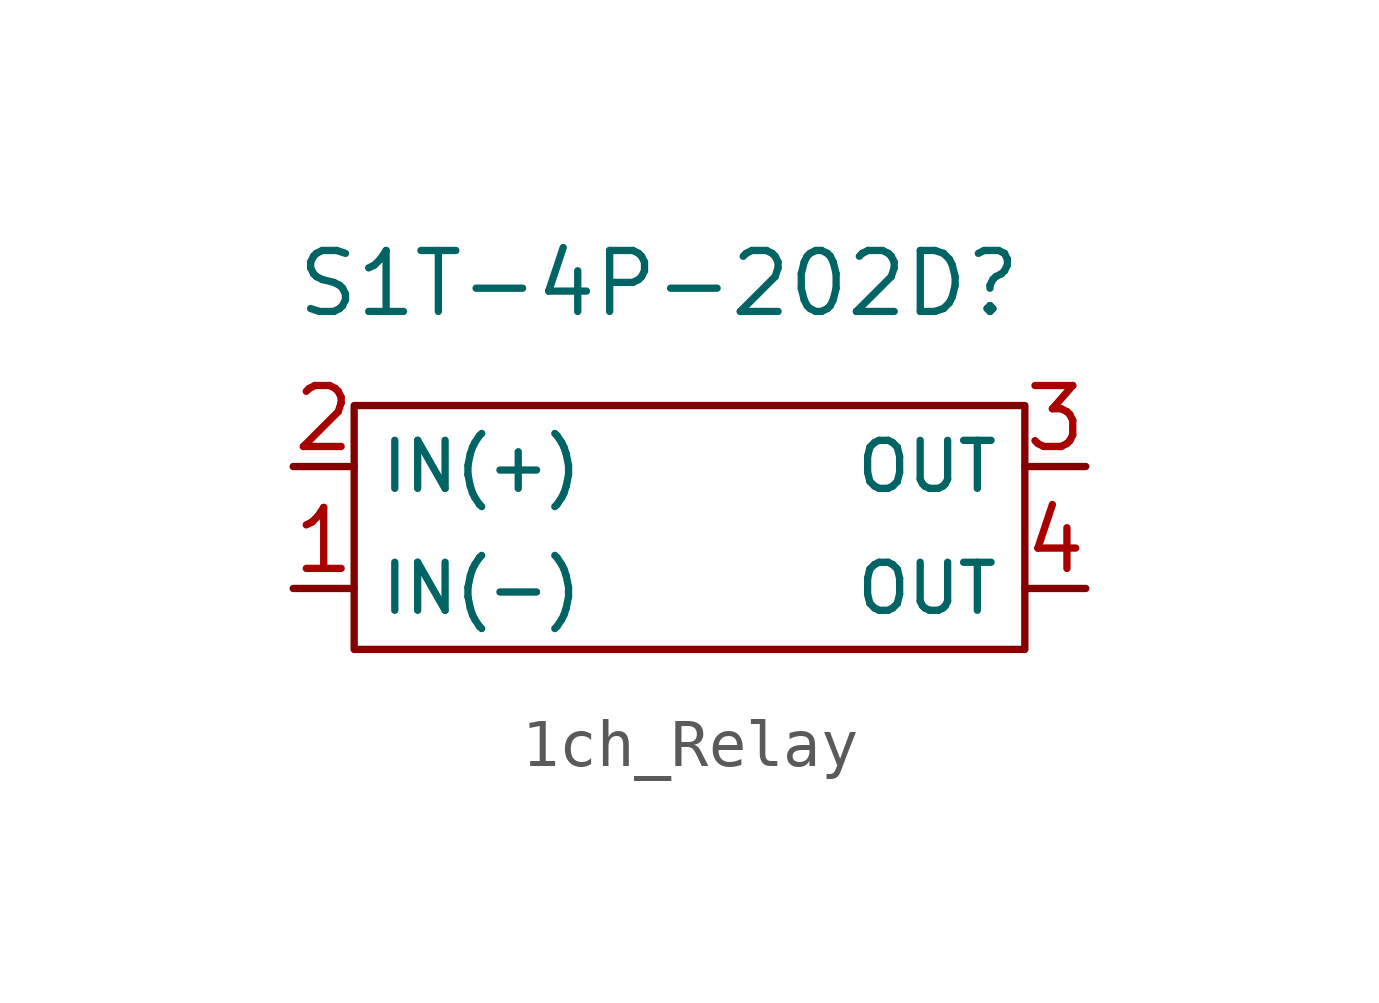
<source format=kicad_sym>
(kicad_symbol_lib
  (version 20220914)
  (generator kicad_symbol_editor)
  (symbol "1ch_Relay"
    (property "Reference" "S1T-4P-202D"
      (at 6.35 7.62 0)
      (effects (font (size 1.27 1.27))))
    (property "Value" ""
      (at 0 0 0)
      (effects (font (size 1.27 1.27))))
    (symbol "1ch_Relay_0_1"
      (rectangle (start 0 5.08) (end 13.97 0) (stroke (width 0) (type default)) (fill (type none))))
    (symbol "1ch_Relay_1_1"
      (pin input line (at -1.27 1.27 0) (length 1.27) (name "IN(-)" (effects (font (size 1 1)))) (number "1" (effects (font (size 1.27 1.27)))))
      (pin input line (at -1.27 3.81 0) (length 1.27) (name "IN(+)" (effects (font (size 1 1)))) (number "2" (effects (font (size 1.27 1.27)))))
      (pin input line (at 15.24 3.81 180) (length 1.27) (name "OUT" (effects (font (size 1 1)))) (number "3" (effects (font (size 1.27 1.27)))))
      (pin input line (at 15.24 1.27 180) (length 1.27) (name "OUT" (effects (font (size 1 1)))) (number "4" (effects (font (size 1.27 1.27))))))))
</source>
